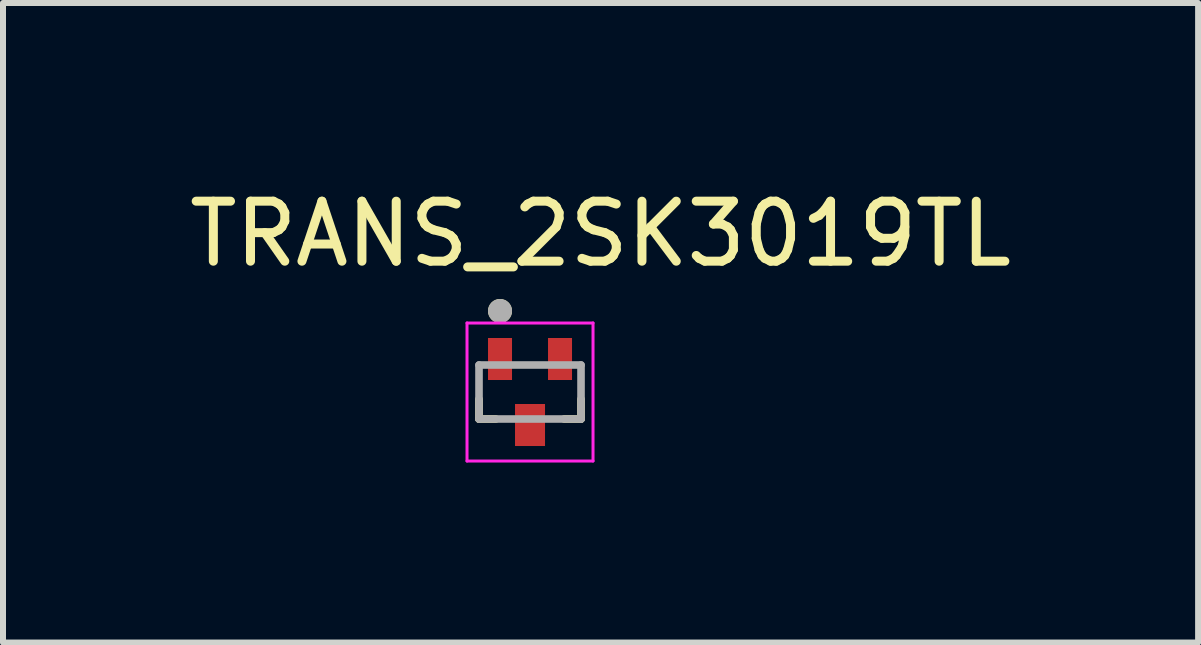
<source format=kicad_pcb>
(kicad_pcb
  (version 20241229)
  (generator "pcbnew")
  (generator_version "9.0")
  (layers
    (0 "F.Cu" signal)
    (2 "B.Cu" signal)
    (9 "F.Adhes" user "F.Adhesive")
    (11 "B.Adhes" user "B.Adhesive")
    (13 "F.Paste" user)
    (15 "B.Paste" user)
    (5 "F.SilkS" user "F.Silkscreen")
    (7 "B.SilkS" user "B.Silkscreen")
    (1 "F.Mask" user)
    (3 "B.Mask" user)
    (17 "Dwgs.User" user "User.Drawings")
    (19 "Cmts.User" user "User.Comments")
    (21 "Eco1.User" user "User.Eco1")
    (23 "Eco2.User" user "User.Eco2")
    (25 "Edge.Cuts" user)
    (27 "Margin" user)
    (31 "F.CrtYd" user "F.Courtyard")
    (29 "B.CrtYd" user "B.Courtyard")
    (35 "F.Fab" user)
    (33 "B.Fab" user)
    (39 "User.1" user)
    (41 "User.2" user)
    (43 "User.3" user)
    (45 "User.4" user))
  (footprint "TRANS_2SK3019TL"
    (layer "F.Cu")
    (at 5.783 3.483)
    (property "Reference" "TRANS_2SK3019TL" (at 1.175 -2.635 0) (layer "F.SilkS") (effects (font (size 1 1) (thickness 0.15))))
    (attr through_hole)
    (fp_line (start -0.85 0.12) (end -0.85 0.45) (stroke (width 0.127) (type solid)) (layer "F.SilkS"))
    (fp_line (start -0.57 0.45) (end -0.85 0.45) (stroke (width 0.127) (type solid)) (layer "F.SilkS"))
    (fp_line (start 0.85 0.12) (end 0.85 0.45) (stroke (width 0.127) (type solid)) (layer "F.SilkS"))
    (fp_line (start 0.85 0.45) (end 0.57 0.45) (stroke (width 0.127) (type solid)) (layer "F.SilkS"))
    (fp_circle (center -0.5 -1.35) (end -0.4 -1.35) (stroke (width 0.2) (type solid)) (fill no) (layer "F.SilkS"))
    (fp_line (start -1.05 -1.15) (end 1.05 -1.15) (stroke (width 0.05) (type solid)) (layer "F.CrtYd"))
    (fp_line (start -1.05 1.15) (end -1.05 -1.15) (stroke (width 0.05) (type solid)) (layer "F.CrtYd"))
    (fp_line (start 1.05 -1.15) (end 1.05 1.15) (stroke (width 0.05) (type solid)) (layer "F.CrtYd"))
    (fp_line (start 1.05 1.15) (end -1.05 1.15) (stroke (width 0.05) (type solid)) (layer "F.CrtYd"))
    (fp_line (start -0.85 -0.45) (end 0.85 -0.45) (stroke (width 0.127) (type solid)) (layer "F.Fab"))
    (fp_line (start -0.85 0.45) (end -0.85 -0.45) (stroke (width 0.127) (type solid)) (layer "F.Fab"))
    (fp_line (start 0.85 -0.45) (end 0.85 0.45) (stroke (width 0.127) (type solid)) (layer "F.Fab"))
    (fp_line (start 0.85 0.45) (end -0.85 0.45) (stroke (width 0.127) (type solid)) (layer "F.Fab"))
    (fp_circle (center -0.5 -1.35) (end -0.4 -1.35) (stroke (width 0.2) (type solid)) (fill no) (layer "F.Fab"))
    (pad "1" smd rect (at -0.5 -0.55 180) (size 0.4 0.7) (layers "F.Cu" "F.Mask" "F.Paste"))
    (pad "2" smd rect (at 0.5 -0.55 180) (size 0.4 0.7) (layers "F.Cu" "F.Mask" "F.Paste"))
    (pad "3" smd rect (at 0 0.55 180) (size 0.5 0.7) (layers "F.Cu" "F.Mask" "F.Paste")))
  (gr_rect
    (start -3 -3)
    (end 16.917 7.658)
    (stroke (width 0.1) (type default))
    (fill no)
    (layer "Edge.Cuts")))
</source>
